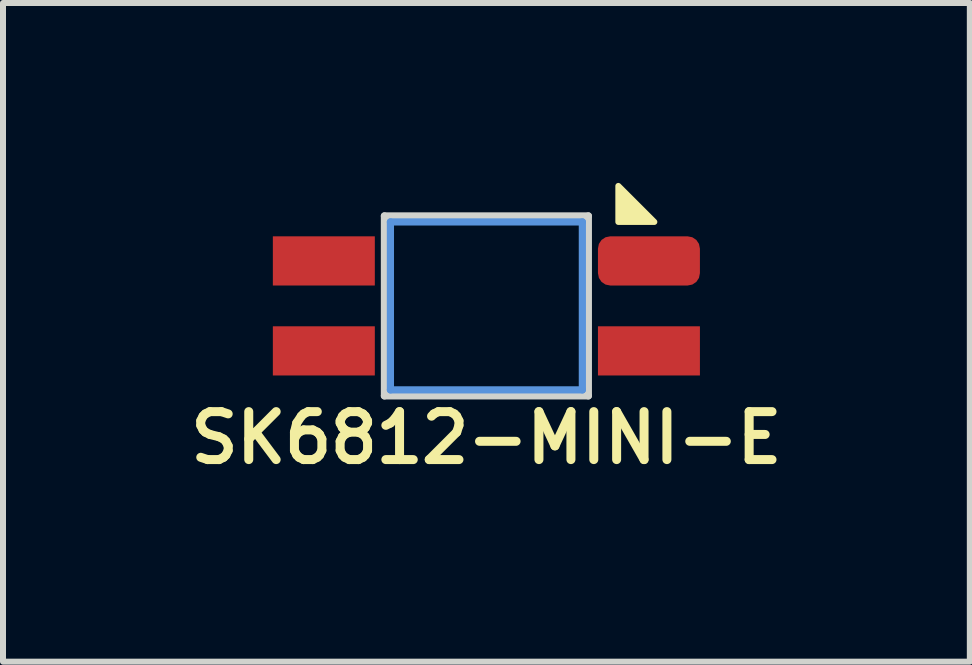
<source format=kicad_pcb>
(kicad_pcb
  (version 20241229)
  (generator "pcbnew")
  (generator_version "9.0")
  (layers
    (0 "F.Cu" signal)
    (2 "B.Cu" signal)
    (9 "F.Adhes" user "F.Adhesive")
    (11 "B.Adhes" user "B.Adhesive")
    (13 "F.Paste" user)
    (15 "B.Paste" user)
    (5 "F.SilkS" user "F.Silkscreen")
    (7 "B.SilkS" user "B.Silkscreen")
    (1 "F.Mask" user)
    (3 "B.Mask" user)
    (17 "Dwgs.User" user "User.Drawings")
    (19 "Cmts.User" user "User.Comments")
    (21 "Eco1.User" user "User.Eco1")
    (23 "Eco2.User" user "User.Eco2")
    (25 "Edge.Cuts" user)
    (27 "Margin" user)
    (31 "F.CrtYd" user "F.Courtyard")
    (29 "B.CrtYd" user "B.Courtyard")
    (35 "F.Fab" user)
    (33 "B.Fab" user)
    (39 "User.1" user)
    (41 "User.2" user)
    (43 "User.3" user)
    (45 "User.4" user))
  (footprint "SK6812-MINI-E"
    (layer "F.Cu")
    (at 5.059 2.05)
    (property "Reference" "SK6812-MINI-E" (at 0 2.2 0) (unlocked yes) (layer "F.SilkS") (effects (font (size 0.8 0.8) (thickness 0.15))))
    (attr through_hole)
    (fp_poly (pts (xy 2.8 -1.4) (xy 2.2 -1.4) (xy 2.2 -2)) (stroke (width 0.1) (type solid)) (fill yes) (layer "F.SilkS"))
    (fp_line (start -1.6 -1.4) (end 1.6 -1.4) (stroke (width 0.12) (type solid)) (layer "Cmts.User"))
    (fp_line (start -1.6 1.4) (end -1.6 -1.4) (stroke (width 0.12) (type solid)) (layer "Cmts.User"))
    (fp_line (start 1.6 -1.4) (end 1.6 1.4) (stroke (width 0.12) (type solid)) (layer "Cmts.User"))
    (fp_line (start 1.6 1.4) (end -1.6 1.4) (stroke (width 0.12) (type solid)) (layer "Cmts.User"))
    (fp_line (start -1.7 -1.5) (end 1.7 -1.5) (stroke (width 0.12) (type solid)) (layer "Edge.Cuts"))
    (fp_line (start -1.7 1.5) (end -1.7 -1.5) (stroke (width 0.12) (type solid)) (layer "Edge.Cuts"))
    (fp_line (start 1.7 -1.5) (end 1.7 1.5) (stroke (width 0.12) (type solid)) (layer "Edge.Cuts"))
    (fp_line (start 1.7 1.5) (end -1.7 1.5) (stroke (width 0.12) (type solid)) (layer "Edge.Cuts"))
    (pad "1" smd rect (at -2.71 0.75) (size 1.7 0.82) (layers "F.Cu" "F.Mask" "F.Paste"))
    (pad "2" smd rect (at -2.71 -0.75) (size 1.7 0.82) (layers "F.Cu" "F.Mask" "F.Paste"))
    (pad "3" smd roundrect (at 2.71 -0.75) (size 1.7 0.82) (layers "F.Cu" "F.Mask" "F.Paste") (roundrect_rratio 0.25))
    (pad "4" smd rect (at 2.71 0.75) (size 1.7 0.82) (layers "F.Cu" "F.Mask" "F.Paste")))
  (gr_rect
    (start -3 -3)
    (end 13.119 7.981)
    (stroke (width 0.1) (type default))
    (fill no)
    (layer "Edge.Cuts")))
</source>
